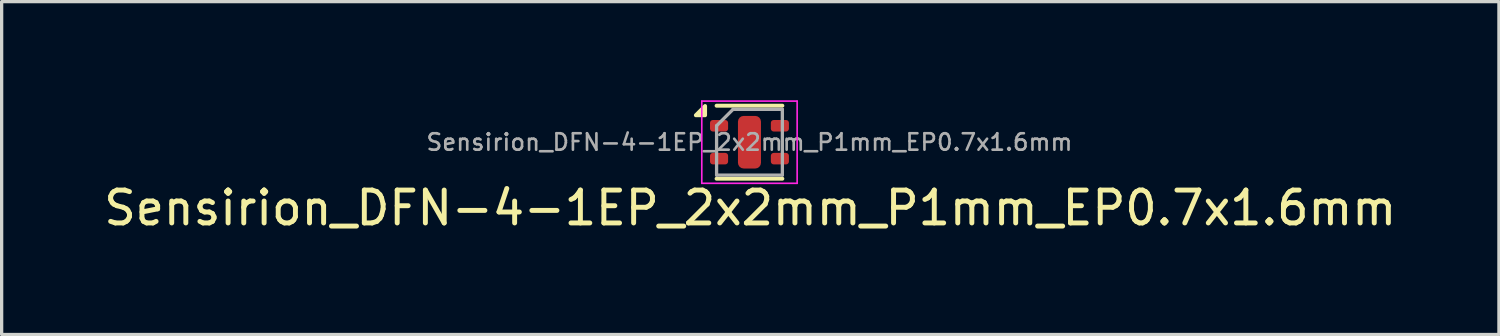
<source format=kicad_pcb>
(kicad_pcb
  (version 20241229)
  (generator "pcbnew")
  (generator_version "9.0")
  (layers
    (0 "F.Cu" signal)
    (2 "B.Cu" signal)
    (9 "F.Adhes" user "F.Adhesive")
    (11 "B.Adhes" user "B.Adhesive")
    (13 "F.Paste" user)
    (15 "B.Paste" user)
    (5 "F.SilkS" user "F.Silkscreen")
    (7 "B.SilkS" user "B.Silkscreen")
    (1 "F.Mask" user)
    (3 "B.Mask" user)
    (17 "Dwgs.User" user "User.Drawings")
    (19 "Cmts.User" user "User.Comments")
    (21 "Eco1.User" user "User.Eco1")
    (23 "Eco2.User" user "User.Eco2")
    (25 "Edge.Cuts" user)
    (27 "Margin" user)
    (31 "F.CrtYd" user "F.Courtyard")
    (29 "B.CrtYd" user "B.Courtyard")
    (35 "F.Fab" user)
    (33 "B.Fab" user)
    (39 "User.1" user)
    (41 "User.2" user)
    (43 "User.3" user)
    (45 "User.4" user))
  (footprint "Sensirion_DFN-4-1EP_2x2mm_P1mm_EP0.7x1.6mm"
    (layer "F.Cu")
    (at 19.743 1.275)
    (property "Reference" "Sensirion_DFN-4-1EP_2x2mm_P1mm_EP0.7x1.6mm" (at 0.025 2 0) (layer "F.SilkS") (effects (font (size 1 1) (thickness 0.15))))
    (attr smd)
    (fp_line (start -1 -1.11) (end 1 -1.11) (stroke (width 0.12) (type solid)) (layer "F.SilkS"))
    (fp_line (start -1 1.11) (end 1 1.11) (stroke (width 0.12) (type solid)) (layer "F.SilkS"))
    (fp_poly (pts (xy -1.35 -0.82) (xy -1.63 -0.82) (xy -1.35 -1.1) (xy -1.35 -0.82)) (stroke (width 0.12) (type solid)) (fill yes) (layer "F.SilkS"))
    (fp_line (start -1.45 -1.25) (end -1.45 1.25) (stroke (width 0.05) (type solid)) (layer "F.CrtYd"))
    (fp_line (start -1.45 1.25) (end 1.45 1.25) (stroke (width 0.05) (type solid)) (layer "F.CrtYd"))
    (fp_line (start 1.45 -1.25) (end -1.45 -1.25) (stroke (width 0.05) (type solid)) (layer "F.CrtYd"))
    (fp_line (start 1.45 1.25) (end 1.45 -1.25) (stroke (width 0.05) (type solid)) (layer "F.CrtYd"))
    (fp_line (start -1 -0.5) (end -0.5 -1) (stroke (width 0.1) (type solid)) (layer "F.Fab"))
    (fp_line (start -1 1) (end -1 -0.5) (stroke (width 0.1) (type solid)) (layer "F.Fab"))
    (fp_line (start -0.5 -1) (end 1 -1) (stroke (width 0.1) (type solid)) (layer "F.Fab"))
    (fp_line (start 1 -1) (end 1 1) (stroke (width 0.1) (type solid)) (layer "F.Fab"))
    (fp_line (start 1 1) (end -1 1) (stroke (width 0.1) (type solid)) (layer "F.Fab"))
    (fp_text user "${REFERENCE}" (at 0 0 0) (layer "F.Fab") (effects (font (size 0.5 0.5) (thickness 0.08))))
    (pad "" smd roundrect (at -0.93 -0.5) (size 0.55 0.35) (layers "F.Paste") (roundrect_rratio 0.25))
    (pad "" smd roundrect (at -0.93 0.5) (size 0.55 0.35) (layers "F.Paste") (roundrect_rratio 0.25))
    (pad "" smd roundrect (at 0 0) (size 0.5 1.4) (layers "F.Paste") (roundrect_rratio 0.25))
    (pad "" smd roundrect (at 0.92 0.5 180) (size 0.55 0.35) (layers "F.Paste") (roundrect_rratio 0.25))
    (pad "" smd roundrect (at 0.93 -0.5 180) (size 0.55 0.35) (layers "F.Paste") (roundrect_rratio 0.25))
    (pad "1" smd roundrect (at -0.925 -0.5) (size 0.55 0.35) (layers "F.Cu" "F.Mask") (roundrect_rratio 0.25))
    (pad "2" smd roundrect (at -0.925 0.5) (size 0.55 0.35) (layers "F.Cu" "F.Mask") (roundrect_rratio 0.25))
    (pad "3" smd roundrect (at 0.925 0.5) (size 0.55 0.35) (layers "F.Cu" "F.Mask") (roundrect_rratio 0.25))
    (pad "4" smd roundrect (at 0.925 -0.5) (size 0.55 0.35) (layers "F.Cu" "F.Mask") (roundrect_rratio 0.25))
    (pad "5" smd roundrect (at 0 0) (size 0.7 1.6) (layers "F.Cu" "F.Mask") (roundrect_rratio 0.25)))
  (gr_rect
    (start -3 -3)
    (end 42.536 7.123)
    (stroke (width 0.1) (type default))
    (fill no)
    (layer "Edge.Cuts")))
</source>
